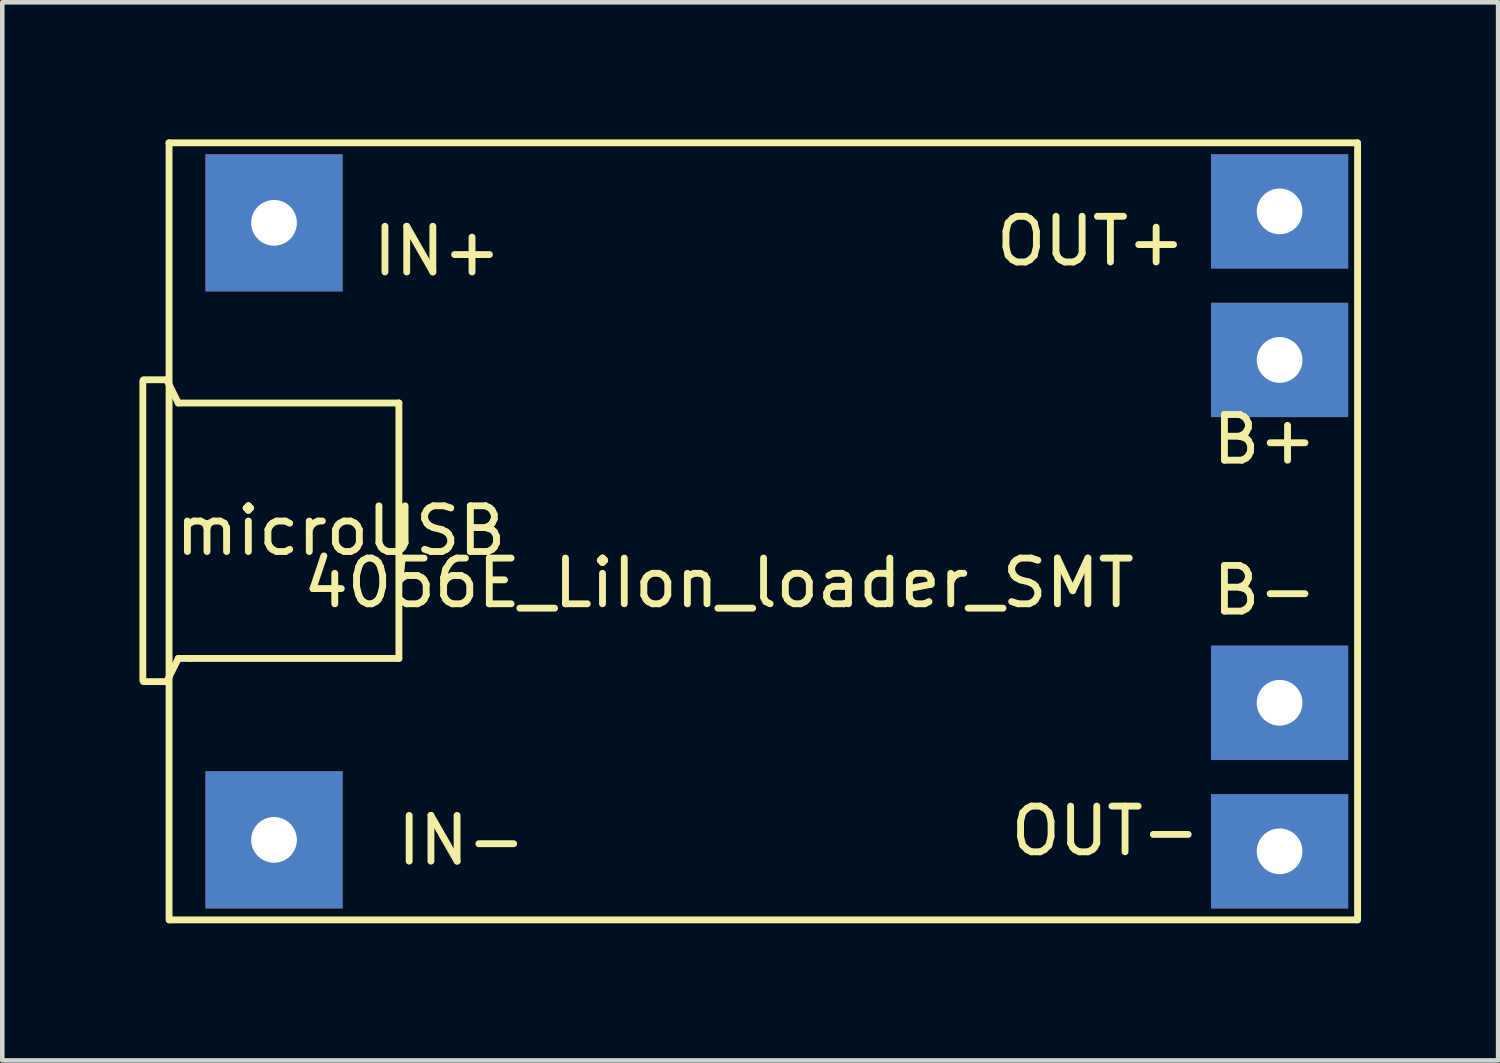
<source format=kicad_pcb>
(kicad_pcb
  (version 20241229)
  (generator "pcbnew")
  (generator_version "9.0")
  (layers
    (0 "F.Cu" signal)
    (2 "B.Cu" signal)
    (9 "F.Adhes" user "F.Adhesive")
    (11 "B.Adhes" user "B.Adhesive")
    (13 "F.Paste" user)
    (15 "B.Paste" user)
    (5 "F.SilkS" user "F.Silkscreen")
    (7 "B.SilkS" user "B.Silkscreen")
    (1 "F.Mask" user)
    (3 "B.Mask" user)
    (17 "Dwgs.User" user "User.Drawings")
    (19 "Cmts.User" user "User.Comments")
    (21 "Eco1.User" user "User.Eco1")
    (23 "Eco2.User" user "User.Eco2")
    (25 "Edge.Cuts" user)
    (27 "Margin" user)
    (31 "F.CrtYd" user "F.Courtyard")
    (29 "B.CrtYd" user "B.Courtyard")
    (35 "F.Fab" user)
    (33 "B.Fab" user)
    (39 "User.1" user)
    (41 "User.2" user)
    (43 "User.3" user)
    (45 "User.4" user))
  (footprint "4056E_LiIon_loader_SMT"
    (layer "F.Cu")
    (at 13.945 8.575)
    (property "Reference" "4056E_LiIon_loader_SMT" (at -1.266 1.13 0) (layer "F.SilkS") (effects (font (size 1 1) (thickness 0.15))))
    (attr through_hole)
    (fp_line (start -13.87 3.26) (end -13.87 -3.29) (stroke (width 0.15) (type solid)) (layer "F.SilkS"))
    (fp_line (start -13.856 -3.316) (end -13.348 -3.316) (stroke (width 0.15) (type solid)) (layer "F.SilkS"))
    (fp_line (start -13.856 3.288) (end -13.348 3.288) (stroke (width 0.15) (type solid)) (layer "F.SilkS"))
    (fp_line (start -13.348 -3.316) (end -13.094 -2.808) (stroke (width 0.15) (type solid)) (layer "F.SilkS"))
    (fp_line (start -13.348 3.288) (end -13.094 2.78) (stroke (width 0.15) (type solid)) (layer "F.SilkS"))
    (fp_line (start -13.3 -8.5) (end 12.7 -8.5) (stroke (width 0.15) (type solid)) (layer "F.SilkS"))
    (fp_line (start -13.296 8.5) (end -13.296 -8.5) (stroke (width 0.15) (type solid)) (layer "F.SilkS"))
    (fp_line (start -13.29 8.5) (end 12.7 8.5) (stroke (width 0.15) (type solid)) (layer "F.SilkS"))
    (fp_line (start -13.094 -2.808) (end -8.268 -2.808) (stroke (width 0.15) (type solid)) (layer "F.SilkS"))
    (fp_line (start -13.094 2.78) (end -12.84 2.78) (stroke (width 0.15) (type solid)) (layer "F.SilkS"))
    (fp_line (start -8.268 -2.808) (end -8.268 2.78) (stroke (width 0.15) (type solid)) (layer "F.SilkS"))
    (fp_line (start -8.268 2.78) (end -12.84 2.78) (stroke (width 0.15) (type solid)) (layer "F.SilkS"))
    (fp_line (start 12.706 -8.5) (end 12.706 8.5) (stroke (width 0.15) (type solid)) (layer "F.SilkS"))
    (fp_text user "OUT-" (at 7.19 6.556 0) (layer "F.SilkS") (effects (font (size 1 1) (thickness 0.15))))
    (fp_text user "IN+" (at -7.43 -6.13 0) (layer "F.SilkS") (effects (font (size 1 1) (thickness 0.15))))
    (fp_text user "IN-" (at -6.9 6.76 0) (layer "F.SilkS") (effects (font (size 1 1) (thickness 0.15))))
    (fp_text user "B-" (at 10.674 1.29 0) (layer "F.SilkS") (effects (font (size 1 1) (thickness 0.15))))
    (fp_text user "microUSB" (at -9.538 -0.014 180) (layer "F.SilkS") (effects (font (size 1 1) (thickness 0.15))))
    (fp_text user "B+" (at 10.674 -2.012 0) (layer "F.SilkS") (effects (font (size 1 1) (thickness 0.15))))
    (fp_text user "OUT+" (at 6.87 -6.348 0) (layer "F.SilkS") (effects (font (size 1 1) (thickness 0.15))))
    (pad "1" thru_hole rect (at -11 -6.75) (size 3 3) (drill 1) (layers "*.Cu" "*.Mask"))
    (pad "2" thru_hole rect (at -11 6.75) (size 3 3) (drill 1) (layers "*.Cu" "*.Mask"))
    (pad "3" thru_hole rect (at 11 -3.75) (size 3 2.5) (drill 1) (layers "*.Cu" "*.Mask"))
    (pad "4" thru_hole rect (at 11 3.75) (size 3 2.5) (drill 1) (layers "*.Cu" "*.Mask"))
    (pad "5" thru_hole rect (at 11 -7) (size 3 2.5) (drill 1) (layers "*.Cu" "*.Mask"))
    (pad "6" thru_hole rect (at 11 7) (size 3 2.5) (drill 1) (layers "*.Cu" "*.Mask")))
  (gr_rect
    (start -3 -3)
    (end 29.726 20.15)
    (stroke (width 0.1) (type default))
    (fill no)
    (layer "Edge.Cuts")))
</source>
